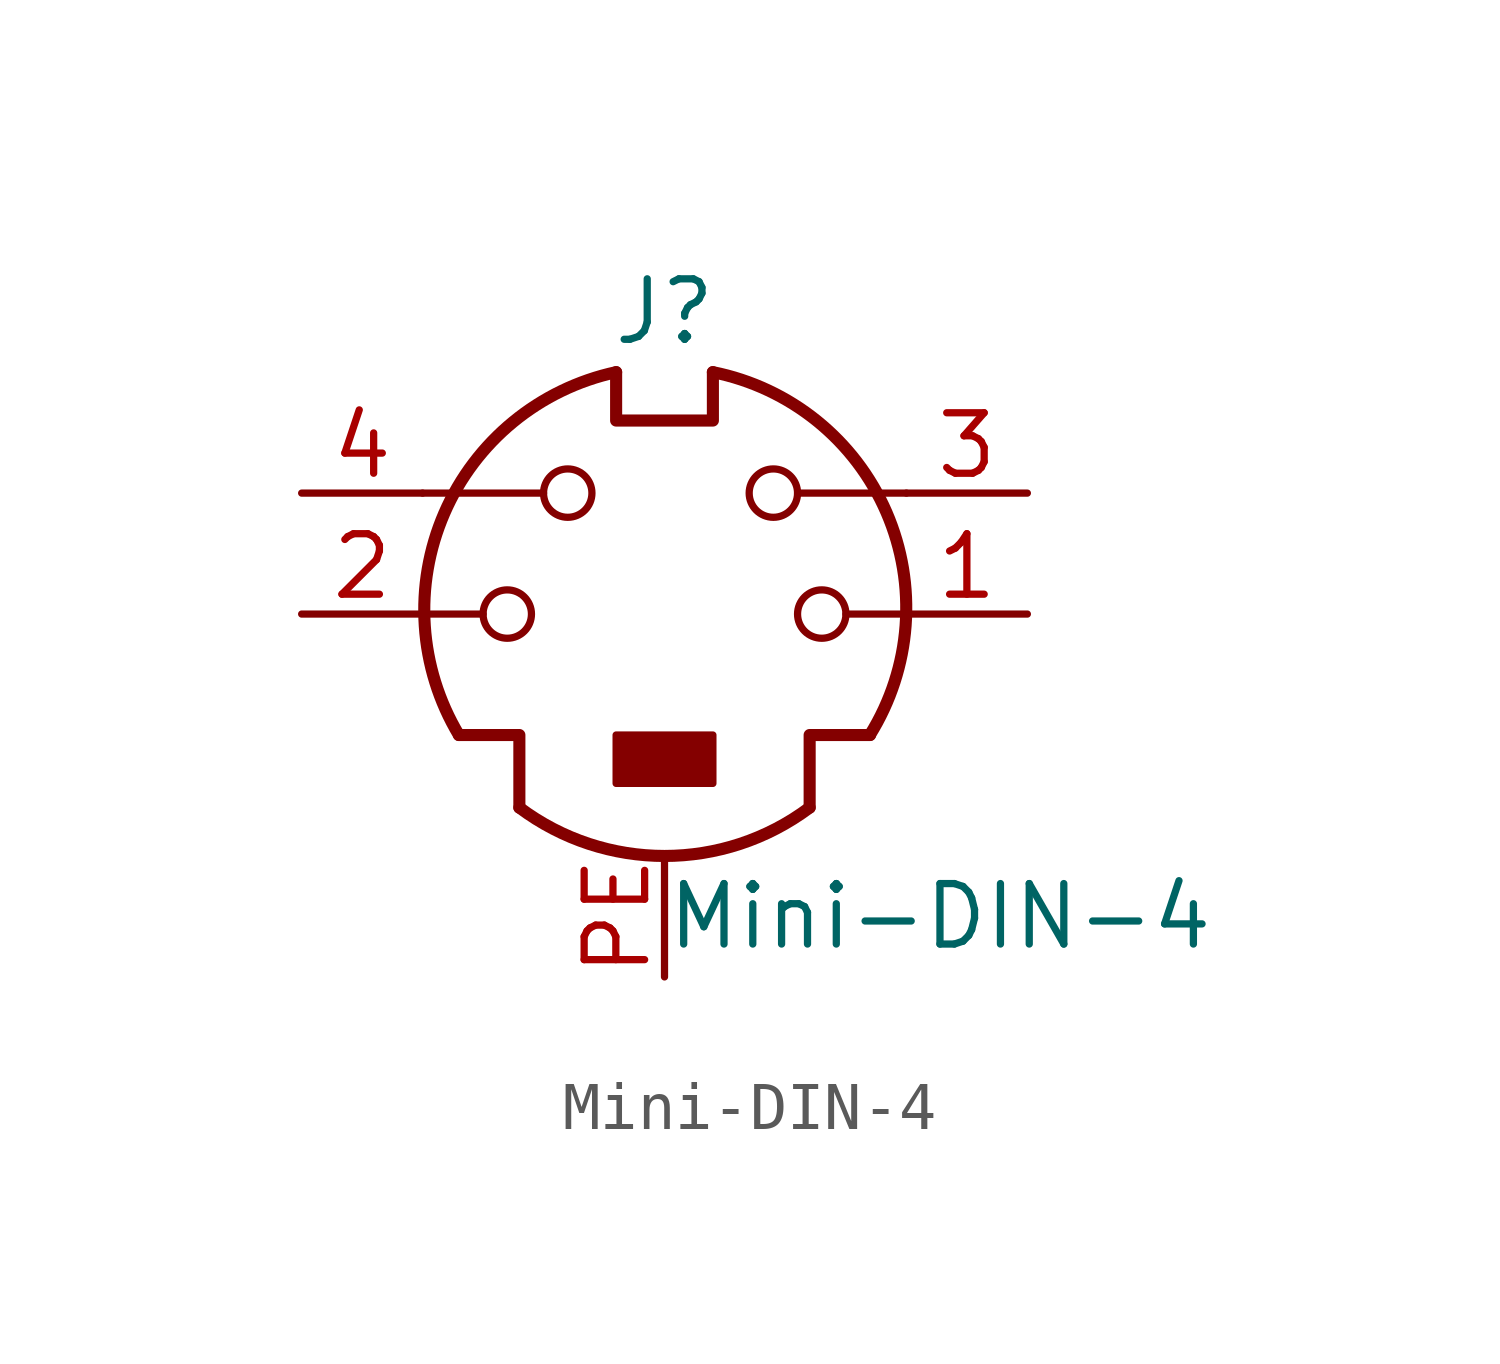
<source format=kicad_sym>
(kicad_symbol_lib
  (version 20211014)
  (generator kicad_symbol_editor)
  (symbol "Mini-DIN-4"
    (pin_names
      (offset 1.016))
    (property "Reference" "J"
      (at 0 6.35 0)
      (effects (font (size 1.27 1.27))))
    (property "Value" "Mini-DIN-4"
      (at 0 -6.35 0)
      (effects (font (size 1.27 1.27)) (justify left)))
    (symbol "Mini-DIN-4_0_1"
      (circle (center -3.302 0) (radius 0.508) (stroke (width 0) (type default) (color 0 0 0 0)) (fill (type none)))
      (arc (start -3.048 -4.064) (mid 0 -5.08) (end 3.048 -4.064) (stroke (width 0.254) (type default) (color 0 0 0 0)) (fill (type none)))
      (circle (center -2.032 2.54) (radius 0.508) (stroke (width 0) (type default) (color 0 0 0 0)) (fill (type none)))
      (rectangle (start -1.016 -2.54) (end 1.016 -3.556) (stroke (width 0) (type default) (color 0 0 0 0)) (fill (type outline)))
      (arc (start -1.016 5.08) (mid -4.6243 2.1182) (end -4.318 -2.54) (stroke (width 0.254) (type default) (color 0 0 0 0)) (fill (type none)))
      (polyline (pts (xy -3.81 0) (xy -5.08 0)) (stroke (width 0) (type default) (color 0 0 0 0)) (fill (type none)))
      (polyline (pts (xy -2.54 2.54) (xy -5.08 2.54)) (stroke (width 0) (type default) (color 0 0 0 0)) (fill (type none)))
      (polyline (pts (xy 2.794 2.54) (xy 5.08 2.54)) (stroke (width 0) (type default) (color 0 0 0 0)) (fill (type none)))
      (polyline (pts (xy 5.08 0) (xy 3.81 0)) (stroke (width 0) (type default) (color 0 0 0 0)) (fill (type none)))
      (polyline (pts (xy -4.318 -2.54) (xy -3.048 -2.54) (xy -3.048 -4.064)) (stroke (width 0.254) (type default) (color 0 0 0 0)) (fill (type none)))
      (polyline (pts (xy 4.318 -2.54) (xy 3.048 -2.54) (xy 3.048 -4.064)) (stroke (width 0.254) (type default) (color 0 0 0 0)) (fill (type none)))
      (polyline (pts (xy -1.016 5.08) (xy -1.016 4.064) (xy 1.016 4.064) (xy 1.016 5.08)) (stroke (width 0.254) (type default) (color 0 0 0 0)) (fill (type none)))
      (circle (center 2.286 2.54) (radius 0.508) (stroke (width 0) (type default) (color 0 0 0 0)) (fill (type none)))
      (circle (center 3.302 0) (radius 0.508) (stroke (width 0) (type default) (color 0 0 0 0)) (fill (type none)))
      (arc (start 4.318 -2.54) (mid 4.6646 2.1357) (end 1.016 5.08) (stroke (width 0.254) (type default) (color 0 0 0 0)) (fill (type none))))
    (symbol "Mini-DIN-4_1_1"
      (pin passive line (at 7.62 0 180) (length 2.54) (name "~" (effects (font (size 1.27 1.27)))) (number "1" (effects (font (size 1.27 1.27)))))
      (pin passive line (at -7.62 0 0) (length 2.54) (name "~" (effects (font (size 1.27 1.27)))) (number "2" (effects (font (size 1.27 1.27)))))
      (pin passive line (at 7.62 2.54 180) (length 2.54) (name "~" (effects (font (size 1.27 1.27)))) (number "3" (effects (font (size 1.27 1.27)))))
      (pin passive line (at -7.62 2.54 0) (length 2.54) (name "~" (effects (font (size 1.27 1.27)))) (number "4" (effects (font (size 1.27 1.27)))))
      (pin power_in line (at 0 -7.62 90) (length 2.54) (name "~" (effects (font (size 1.27 1.27)))) (number "PE" (effects (font (size 1.27 1.27))))))))
</source>
